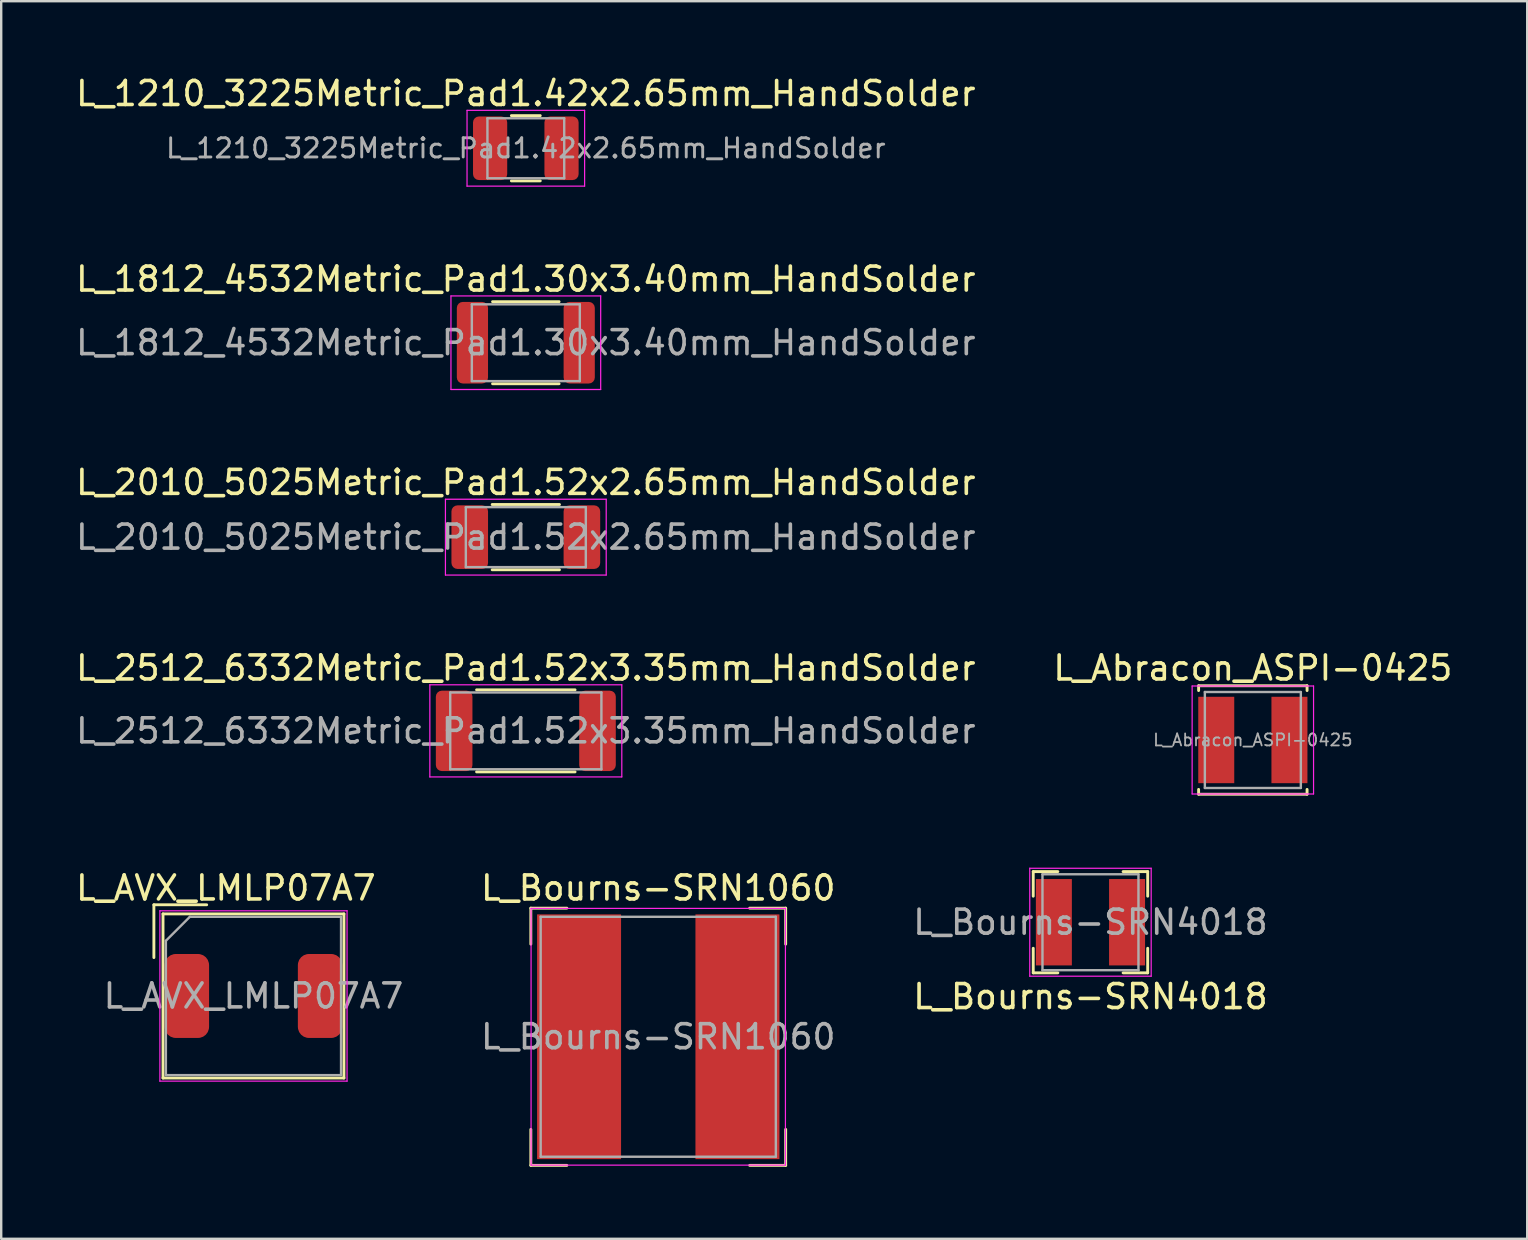
<source format=kicad_pcb>
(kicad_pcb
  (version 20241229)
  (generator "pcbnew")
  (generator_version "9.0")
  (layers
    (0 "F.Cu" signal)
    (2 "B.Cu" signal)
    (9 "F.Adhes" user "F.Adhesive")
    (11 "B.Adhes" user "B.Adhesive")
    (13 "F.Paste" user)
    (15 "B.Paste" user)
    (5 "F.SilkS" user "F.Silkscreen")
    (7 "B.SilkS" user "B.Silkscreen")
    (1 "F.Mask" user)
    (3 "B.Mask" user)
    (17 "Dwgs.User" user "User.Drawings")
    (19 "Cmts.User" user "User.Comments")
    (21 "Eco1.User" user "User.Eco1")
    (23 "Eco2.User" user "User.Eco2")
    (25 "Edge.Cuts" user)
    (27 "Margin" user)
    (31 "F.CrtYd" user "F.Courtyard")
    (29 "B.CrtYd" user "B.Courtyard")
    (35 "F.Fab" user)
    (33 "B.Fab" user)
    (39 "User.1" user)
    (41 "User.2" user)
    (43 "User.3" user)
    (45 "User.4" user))
  (footprint "L_Abracon_ASPI-0425"
    (layer "F.Cu")
    (at 49.161 27.788)
    (property "Reference" "L_Abracon_ASPI-0425" (at 0 -3 0) (layer "F.SilkS") (effects (font (size 1 1) (thickness 0.15))))
    (attr smd)
    (fp_line (start -2.26 -2.26) (end -2.26 -2.06) (stroke (width 0.12) (type solid)) (layer "F.SilkS"))
    (fp_line (start -2.26 -2.26) (end 2.26 -2.26) (stroke (width 0.12) (type solid)) (layer "F.SilkS"))
    (fp_line (start -2.26 2.26) (end -2.26 2.06) (stroke (width 0.12) (type solid)) (layer "F.SilkS"))
    (fp_line (start -2.26 2.26) (end 2.26 2.26) (stroke (width 0.12) (type solid)) (layer "F.SilkS"))
    (fp_line (start 2.26 -2.26) (end 2.26 -2.06) (stroke (width 0.12) (type solid)) (layer "F.SilkS"))
    (fp_line (start 2.26 2.26) (end 2.26 2.06) (stroke (width 0.12) (type solid)) (layer "F.SilkS"))
    (fp_line (start -2.53 -2.25) (end -2.53 2.25) (stroke (width 0.05) (type solid)) (layer "F.CrtYd"))
    (fp_line (start -2.53 2.25) (end 2.53 2.25) (stroke (width 0.05) (type solid)) (layer "F.CrtYd"))
    (fp_line (start 2.53 -2.25) (end -2.53 -2.25) (stroke (width 0.05) (type solid)) (layer "F.CrtYd"))
    (fp_line (start 2.53 2.25) (end 2.53 -2.25) (stroke (width 0.05) (type solid)) (layer "F.CrtYd"))
    (fp_line (start -2 -2) (end -2 2) (stroke (width 0.1) (type solid)) (layer "F.Fab"))
    (fp_line (start -2 2) (end 2 2) (stroke (width 0.1) (type solid)) (layer "F.Fab"))
    (fp_line (start 2 -2) (end -2 -2) (stroke (width 0.1) (type solid)) (layer "F.Fab"))
    (fp_line (start 2 2) (end 2 -2) (stroke (width 0.1) (type solid)) (layer "F.Fab"))
    (fp_text user "${REFERENCE}" (at 0 0 0) (layer "F.Fab") (effects (font (size 0.5 0.5) (thickness 0.075))))
    (pad "1" smd rect (at -1.525 0) (size 1.5 3.6) (layers "F.Cu" "F.Mask" "F.Paste"))
    (pad "2" smd rect (at 1.525 0) (size 1.5 3.6) (layers "F.Cu" "F.Mask" "F.Paste")))
  (footprint "L_2010_5025Metric_Pad1.52x2.65mm_HandSolder"
    (layer "F.Cu")
    (at 18.863 19.335)
    (property "Reference" "L_2010_5025Metric_Pad1.52x2.65mm_HandSolder" (at 0 -2.28 0) (layer "F.SilkS") (effects (font (size 1 1) (thickness 0.15))))
    (attr smd)
    (fp_line (start -1.402 -1.36) (end 1.402 -1.36) (stroke (width 0.12) (type solid)) (layer "F.SilkS"))
    (fp_line (start -1.402 1.36) (end 1.402 1.36) (stroke (width 0.12) (type solid)) (layer "F.SilkS"))
    (fp_line (start -3.35 -1.58) (end 3.35 -1.58) (stroke (width 0.05) (type solid)) (layer "F.CrtYd"))
    (fp_line (start -3.35 1.58) (end -3.35 -1.58) (stroke (width 0.05) (type solid)) (layer "F.CrtYd"))
    (fp_line (start 3.35 -1.58) (end 3.35 1.58) (stroke (width 0.05) (type solid)) (layer "F.CrtYd"))
    (fp_line (start 3.35 1.58) (end -3.35 1.58) (stroke (width 0.05) (type solid)) (layer "F.CrtYd"))
    (fp_line (start -2.5 -1.25) (end 2.5 -1.25) (stroke (width 0.1) (type solid)) (layer "F.Fab"))
    (fp_line (start -2.5 1.25) (end -2.5 -1.25) (stroke (width 0.1) (type solid)) (layer "F.Fab"))
    (fp_line (start 2.5 -1.25) (end 2.5 1.25) (stroke (width 0.1) (type solid)) (layer "F.Fab"))
    (fp_line (start 2.5 1.25) (end -2.5 1.25) (stroke (width 0.1) (type solid)) (layer "F.Fab"))
    (fp_text user "${REFERENCE}" (at 0 0 0) (layer "F.Fab") (effects (font (size 1 1) (thickness 0.15))))
    (pad "1" smd roundrect (at -2.337 0) (size 1.525 2.65) (layers "F.Cu" "F.Mask" "F.Paste") (roundrect_rratio 0.164))
    (pad "2" smd roundrect (at 2.337 0) (size 1.525 2.65) (layers "F.Cu" "F.Mask" "F.Paste") (roundrect_rratio 0.164)))
  (footprint "L_2512_6332Metric_Pad1.52x3.35mm_HandSolder"
    (layer "F.Cu")
    (at 18.863 27.408)
    (property "Reference" "L_2512_6332Metric_Pad1.52x3.35mm_HandSolder" (at 0 -2.62 0) (layer "F.SilkS") (effects (font (size 1 1) (thickness 0.15))))
    (attr smd)
    (fp_line (start -2.052 -1.71) (end 2.052 -1.71) (stroke (width 0.12) (type solid)) (layer "F.SilkS"))
    (fp_line (start -2.052 1.71) (end 2.052 1.71) (stroke (width 0.12) (type solid)) (layer "F.SilkS"))
    (fp_line (start -4 -1.92) (end 4 -1.92) (stroke (width 0.05) (type solid)) (layer "F.CrtYd"))
    (fp_line (start -4 1.92) (end -4 -1.92) (stroke (width 0.05) (type solid)) (layer "F.CrtYd"))
    (fp_line (start 4 -1.92) (end 4 1.92) (stroke (width 0.05) (type solid)) (layer "F.CrtYd"))
    (fp_line (start 4 1.92) (end -4 1.92) (stroke (width 0.05) (type solid)) (layer "F.CrtYd"))
    (fp_line (start -3.15 -1.6) (end 3.15 -1.6) (stroke (width 0.1) (type solid)) (layer "F.Fab"))
    (fp_line (start -3.15 1.6) (end -3.15 -1.6) (stroke (width 0.1) (type solid)) (layer "F.Fab"))
    (fp_line (start 3.15 -1.6) (end 3.15 1.6) (stroke (width 0.1) (type solid)) (layer "F.Fab"))
    (fp_line (start 3.15 1.6) (end -3.15 1.6) (stroke (width 0.1) (type solid)) (layer "F.Fab"))
    (fp_text user "${REFERENCE}" (at 0 0 0) (layer "F.Fab") (effects (font (size 1 1) (thickness 0.15))))
    (pad "1" smd roundrect (at -2.987 0) (size 1.525 3.35) (layers "F.Cu" "F.Mask" "F.Paste") (roundrect_rratio 0.164))
    (pad "2" smd roundrect (at 2.987 0) (size 1.525 3.35) (layers "F.Cu" "F.Mask" "F.Paste") (roundrect_rratio 0.164)))
  (footprint "L_1812_4532Metric_Pad1.30x3.40mm_HandSolder"
    (layer "F.Cu")
    (at 18.863 11.232)
    (property "Reference" "L_1812_4532Metric_Pad1.30x3.40mm_HandSolder" (at 0 -2.65 0) (layer "F.SilkS") (effects (font (size 1 1) (thickness 0.15))))
    (attr smd)
    (fp_line (start -1.386 -1.71) (end 1.386 -1.71) (stroke (width 0.12) (type solid)) (layer "F.SilkS"))
    (fp_line (start -1.386 1.71) (end 1.386 1.71) (stroke (width 0.12) (type solid)) (layer "F.SilkS"))
    (fp_line (start -3.12 -1.95) (end 3.12 -1.95) (stroke (width 0.05) (type solid)) (layer "F.CrtYd"))
    (fp_line (start -3.12 1.95) (end -3.12 -1.95) (stroke (width 0.05) (type solid)) (layer "F.CrtYd"))
    (fp_line (start 3.12 -1.95) (end 3.12 1.95) (stroke (width 0.05) (type solid)) (layer "F.CrtYd"))
    (fp_line (start 3.12 1.95) (end -3.12 1.95) (stroke (width 0.05) (type solid)) (layer "F.CrtYd"))
    (fp_line (start -2.25 -1.6) (end 2.25 -1.6) (stroke (width 0.1) (type solid)) (layer "F.Fab"))
    (fp_line (start -2.25 1.6) (end -2.25 -1.6) (stroke (width 0.1) (type solid)) (layer "F.Fab"))
    (fp_line (start 2.25 -1.6) (end 2.25 1.6) (stroke (width 0.1) (type solid)) (layer "F.Fab"))
    (fp_line (start 2.25 1.6) (end -2.25 1.6) (stroke (width 0.1) (type solid)) (layer "F.Fab"))
    (fp_text user "${REFERENCE}" (at 0 0 0) (layer "F.Fab") (effects (font (size 1 1) (thickness 0.15))))
    (pad "1" smd roundrect (at -2.225 0) (size 1.3 3.4) (layers "F.Cu" "F.Mask" "F.Paste") (roundrect_rratio 0.192))
    (pad "2" smd roundrect (at 2.225 0) (size 1.3 3.4) (layers "F.Cu" "F.Mask" "F.Paste") (roundrect_rratio 0.192)))
  (footprint "L_Bourns-SRN4018"
    (layer "F.Cu")
    (at 42.394 35.383)
    (property "Reference" "L_Bourns-SRN4018" (at 0 3.1 0) (layer "F.SilkS") (effects (font (size 1 1) (thickness 0.15))))
    (attr smd)
    (fp_line (start -2.385 -2.11) (end -2.385 -1.085) (stroke (width 0.12) (type solid)) (layer "F.SilkS"))
    (fp_line (start -2.385 -2.11) (end -1.36 -2.11) (stroke (width 0.12) (type solid)) (layer "F.SilkS"))
    (fp_line (start -2.385 2.11) (end -2.385 1.085) (stroke (width 0.12) (type solid)) (layer "F.SilkS"))
    (fp_line (start -2.385 2.11) (end -1.36 2.11) (stroke (width 0.12) (type solid)) (layer "F.SilkS"))
    (fp_line (start 2.385 -2.11) (end 1.36 -2.11) (stroke (width 0.12) (type solid)) (layer "F.SilkS"))
    (fp_line (start 2.385 -2.11) (end 2.385 -1.085) (stroke (width 0.12) (type solid)) (layer "F.SilkS"))
    (fp_line (start 2.385 2.11) (end 1.36 2.11) (stroke (width 0.12) (type solid)) (layer "F.SilkS"))
    (fp_line (start 2.385 2.11) (end 2.385 1.085) (stroke (width 0.12) (type solid)) (layer "F.SilkS"))
    (fp_line (start -2.53 -2.25) (end -2.53 2.25) (stroke (width 0.05) (type solid)) (layer "F.CrtYd"))
    (fp_line (start -2.53 -2.25) (end 2.53 -2.25) (stroke (width 0.05) (type solid)) (layer "F.CrtYd"))
    (fp_line (start -2.53 2.25) (end 2.53 2.25) (stroke (width 0.05) (type solid)) (layer "F.CrtYd"))
    (fp_line (start 2.53 -2.25) (end 2.53 2.25) (stroke (width 0.05) (type solid)) (layer "F.CrtYd"))
    (fp_line (start -2 -2) (end -2 2) (stroke (width 0.1) (type solid)) (layer "F.Fab"))
    (fp_line (start -2 -2) (end 2 -2) (stroke (width 0.1) (type solid)) (layer "F.Fab"))
    (fp_line (start 2 -2) (end 2 2) (stroke (width 0.1) (type solid)) (layer "F.Fab"))
    (fp_line (start 2 2) (end -2 2) (stroke (width 0.1) (type solid)) (layer "F.Fab"))
    (fp_text user "${REFERENCE}" (at 0 0 0) (layer "F.Fab") (effects (font (size 1 1) (thickness 0.15))))
    (pad "1" smd rect (at -1.525 0) (size 1.5 3.6) (layers "F.Cu" "F.Mask" "F.Paste"))
    (pad "2" smd rect (at 1.525 0) (size 1.5 3.6) (layers "F.Cu" "F.Mask" "F.Paste")))
  (footprint "L_1210_3225Metric_Pad1.42x2.65mm_HandSolder"
    (layer "F.Cu")
    (at 18.863 3.128)
    (property "Reference" "L_1210_3225Metric_Pad1.42x2.65mm_HandSolder" (at 0 -2.28 0) (layer "F.SilkS") (effects (font (size 1 1) (thickness 0.15))))
    (attr smd)
    (fp_line (start -0.602 -1.36) (end 0.602 -1.36) (stroke (width 0.12) (type solid)) (layer "F.SilkS"))
    (fp_line (start -0.602 1.36) (end 0.602 1.36) (stroke (width 0.12) (type solid)) (layer "F.SilkS"))
    (fp_line (start -2.45 -1.58) (end 2.45 -1.58) (stroke (width 0.05) (type solid)) (layer "F.CrtYd"))
    (fp_line (start -2.45 1.58) (end -2.45 -1.58) (stroke (width 0.05) (type solid)) (layer "F.CrtYd"))
    (fp_line (start 2.45 -1.58) (end 2.45 1.58) (stroke (width 0.05) (type solid)) (layer "F.CrtYd"))
    (fp_line (start 2.45 1.58) (end -2.45 1.58) (stroke (width 0.05) (type solid)) (layer "F.CrtYd"))
    (fp_line (start -1.6 -1.25) (end 1.6 -1.25) (stroke (width 0.1) (type solid)) (layer "F.Fab"))
    (fp_line (start -1.6 1.25) (end -1.6 -1.25) (stroke (width 0.1) (type solid)) (layer "F.Fab"))
    (fp_line (start 1.6 -1.25) (end 1.6 1.25) (stroke (width 0.1) (type solid)) (layer "F.Fab"))
    (fp_line (start 1.6 1.25) (end -1.6 1.25) (stroke (width 0.1) (type solid)) (layer "F.Fab"))
    (fp_text user "${REFERENCE}" (at 0 0 0) (layer "F.Fab") (effects (font (size 0.8 0.8) (thickness 0.12))))
    (pad "1" smd roundrect (at -1.488 0) (size 1.425 2.65) (layers "F.Cu" "F.Mask" "F.Paste") (roundrect_rratio 0.175))
    (pad "2" smd roundrect (at 1.488 0) (size 1.425 2.65) (layers "F.Cu" "F.Mask" "F.Paste") (roundrect_rratio 0.175)))
  (footprint "L_AVX_LMLP07A7"
    (layer "F.Cu")
    (at 7.513 38.456)
    (property "Reference" "L_AVX_LMLP07A7" (at -1.15 -4.5 0) (layer "F.SilkS") (effects (font (size 1 1) (thickness 0.15))))
    (attr smd)
    (fp_line (start -4.15 -3.8) (end -1.95 -3.8) (stroke (width 0.12) (type solid)) (layer "F.SilkS"))
    (fp_line (start -4.15 -1.6) (end -4.15 -3.8) (stroke (width 0.12) (type solid)) (layer "F.SilkS"))
    (fp_line (start -3.77 -3.42) (end -3.77 3.42) (stroke (width 0.12) (type solid)) (layer "F.SilkS"))
    (fp_line (start -3.77 -3.42) (end 3.77 -3.42) (stroke (width 0.12) (type solid)) (layer "F.SilkS"))
    (fp_line (start -3.77 3.42) (end 3.77 3.42) (stroke (width 0.12) (type solid)) (layer "F.SilkS"))
    (fp_line (start 3.77 -3.42) (end 3.77 3.42) (stroke (width 0.12) (type solid)) (layer "F.SilkS"))
    (fp_line (start -3.9 -3.55) (end -3.9 3.55) (stroke (width 0.05) (type solid)) (layer "F.CrtYd"))
    (fp_line (start -3.9 -3.55) (end 3.9 -3.55) (stroke (width 0.05) (type solid)) (layer "F.CrtYd"))
    (fp_line (start -3.9 3.55) (end 3.9 3.55) (stroke (width 0.05) (type solid)) (layer "F.CrtYd"))
    (fp_line (start 3.9 -3.55) (end 3.9 3.55) (stroke (width 0.05) (type solid)) (layer "F.CrtYd"))
    (fp_line (start -3.65 -2.3) (end -2.65 -3.3) (stroke (width 0.1) (type solid)) (layer "F.Fab"))
    (fp_line (start -3.65 3.3) (end -3.65 -2.3) (stroke (width 0.1) (type solid)) (layer "F.Fab"))
    (fp_line (start -2.65 -3.3) (end 3.65 -3.3) (stroke (width 0.1) (type solid)) (layer "F.Fab"))
    (fp_line (start 3.65 -3.3) (end 3.65 3.3) (stroke (width 0.1) (type solid)) (layer "F.Fab"))
    (fp_line (start 3.65 3.3) (end -3.65 3.3) (stroke (width 0.1) (type solid)) (layer "F.Fab"))
    (fp_text user "${REFERENCE}" (at 0 0 0) (layer "F.Fab") (effects (font (size 1 1) (thickness 0.15))))
    (pad "1" smd roundrect (at -2.775 0) (size 1.85 3.5) (layers "F.Cu" "F.Mask" "F.Paste") (roundrect_rratio 0.25))
    (pad "2" smd roundrect (at 2.775 0) (size 1.85 3.5) (layers "F.Cu" "F.Mask" "F.Paste") (roundrect_rratio 0.25)))
  (footprint "L_Bourns-SRN1060"
    (layer "F.Cu")
    (at 24.382 40.156)
    (property "Reference" "L_Bourns-SRN1060" (at 0 -6.2 0) (layer "F.SilkS") (effects (font (size 1 1) (thickness 0.15))))
    (attr smd)
    (fp_line (start -5.31 -5.36) (end -5.31 -3.86) (stroke (width 0.12) (type solid)) (layer "F.SilkS"))
    (fp_line (start -5.31 -5.36) (end -3.81 -5.36) (stroke (width 0.12) (type solid)) (layer "F.SilkS"))
    (fp_line (start -5.31 5.36) (end -5.31 3.86) (stroke (width 0.12) (type solid)) (layer "F.SilkS"))
    (fp_line (start -5.31 5.36) (end -3.81 5.36) (stroke (width 0.12) (type solid)) (layer "F.SilkS"))
    (fp_line (start 5.31 -5.36) (end 3.81 -5.36) (stroke (width 0.12) (type solid)) (layer "F.SilkS"))
    (fp_line (start 5.31 -5.36) (end 5.31 -3.86) (stroke (width 0.12) (type solid)) (layer "F.SilkS"))
    (fp_line (start 5.31 5.36) (end 3.81 5.36) (stroke (width 0.12) (type solid)) (layer "F.SilkS"))
    (fp_line (start 5.31 5.36) (end 5.31 3.86) (stroke (width 0.12) (type solid)) (layer "F.SilkS"))
    (fp_line (start -5.3 -5.35) (end -5.3 5.35) (stroke (width 0.05) (type solid)) (layer "F.CrtYd"))
    (fp_line (start -5.3 -5.35) (end 5.3 -5.35) (stroke (width 0.05) (type solid)) (layer "F.CrtYd"))
    (fp_line (start -5.3 5.35) (end 5.3 5.35) (stroke (width 0.05) (type solid)) (layer "F.CrtYd"))
    (fp_line (start 5.3 -5.35) (end 5.3 5.35) (stroke (width 0.05) (type solid)) (layer "F.CrtYd"))
    (fp_line (start -4.9 -5) (end -4.9 5) (stroke (width 0.1) (type solid)) (layer "F.Fab"))
    (fp_line (start -4.9 -5) (end 4.9 -5) (stroke (width 0.1) (type solid)) (layer "F.Fab"))
    (fp_line (start -4.9 5) (end 4.9 5) (stroke (width 0.1) (type solid)) (layer "F.Fab"))
    (fp_line (start 4.9 -5) (end 4.9 5) (stroke (width 0.1) (type solid)) (layer "F.Fab"))
    (fp_text user "${REFERENCE}" (at 0 0 0) (layer "F.Fab") (effects (font (size 1 1) (thickness 0.15))))
    (pad "1" smd rect (at -3.3 0) (size 3.5 10.2) (layers "F.Cu" "F.Mask" "F.Paste"))
    (pad "2" smd rect (at 3.3 0) (size 3.5 10.2) (layers "F.Cu" "F.Mask" "F.Paste")))
  (gr_rect
    (start -3 -3)
    (end 60.595 48.576)
    (stroke (width 0.1) (type default))
    (fill no)
    (layer "Edge.Cuts")))
</source>
